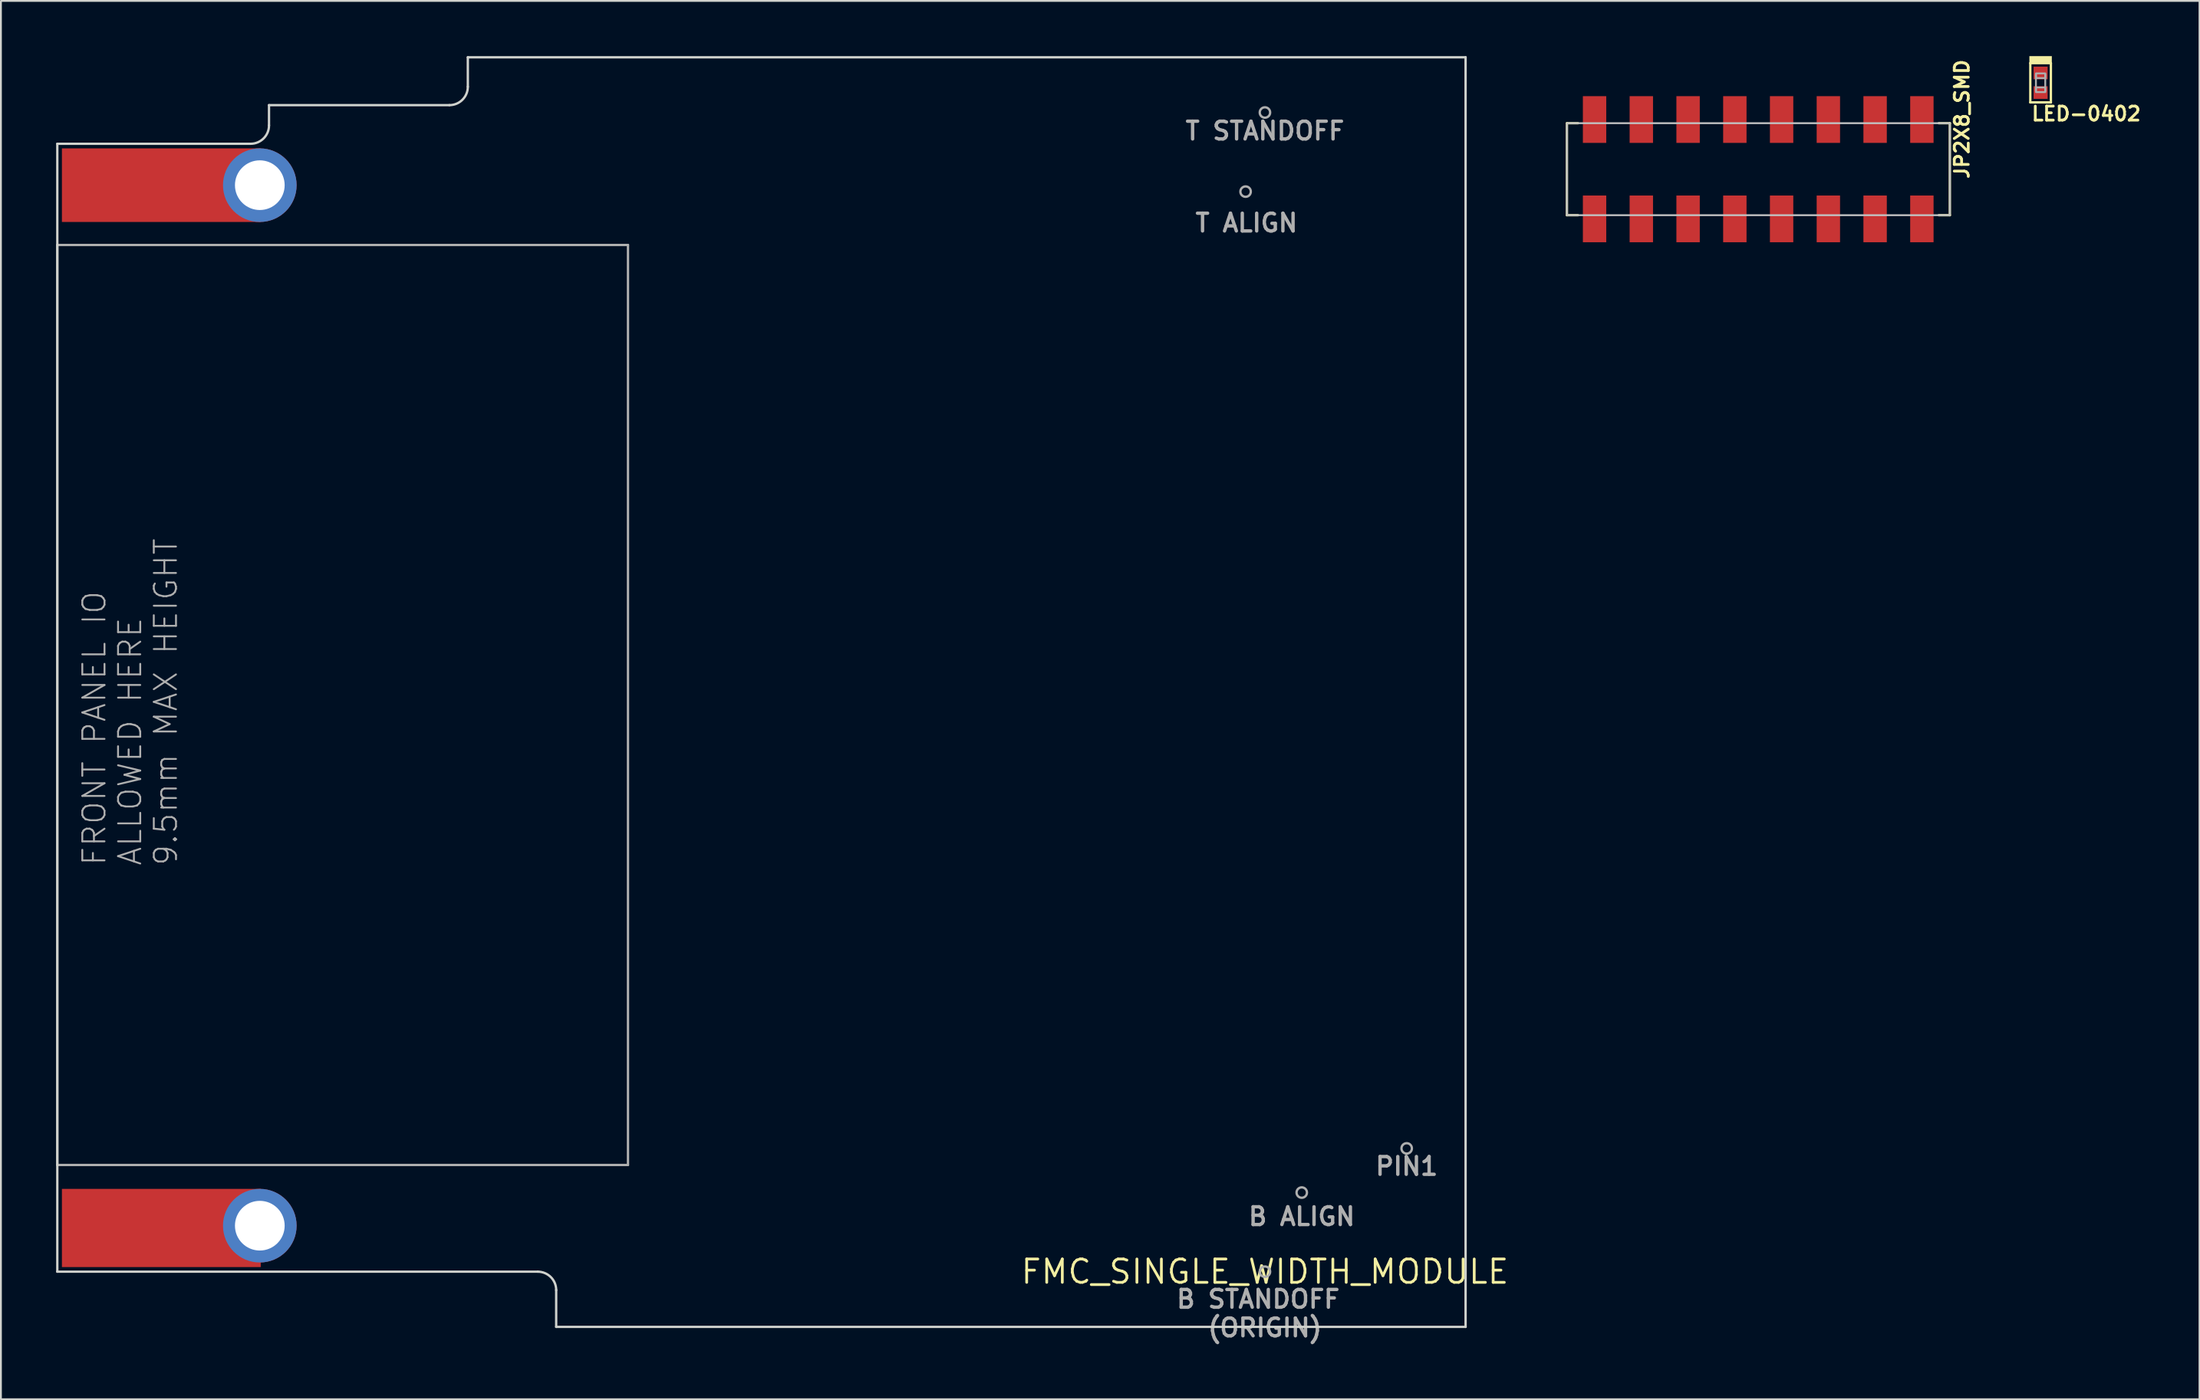
<source format=kicad_pcb>
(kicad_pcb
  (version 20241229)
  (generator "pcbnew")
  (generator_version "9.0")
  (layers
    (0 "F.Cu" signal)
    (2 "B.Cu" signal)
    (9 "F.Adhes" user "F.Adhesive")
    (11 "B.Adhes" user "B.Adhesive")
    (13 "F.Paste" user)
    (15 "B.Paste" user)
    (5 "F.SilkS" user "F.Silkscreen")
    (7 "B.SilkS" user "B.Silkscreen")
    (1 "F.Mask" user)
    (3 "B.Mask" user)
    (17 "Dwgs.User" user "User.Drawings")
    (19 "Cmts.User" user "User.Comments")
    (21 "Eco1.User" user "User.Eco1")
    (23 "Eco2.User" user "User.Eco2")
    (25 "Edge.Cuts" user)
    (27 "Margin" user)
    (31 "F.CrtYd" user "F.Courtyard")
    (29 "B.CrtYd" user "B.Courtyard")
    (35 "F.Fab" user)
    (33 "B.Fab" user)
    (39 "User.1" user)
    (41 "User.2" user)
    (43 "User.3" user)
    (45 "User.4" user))
  (footprint "JP2X8_SMD"
    (layer "F.Cu")
    (at 83.569 6.146)
    (property "Reference" "JP2X8_SMD" (at 20.4 0.6 270) (layer "F.SilkS") (effects (font (size 0.76 0.76) (thickness 0.152)) (justify left bottom)))
    (attr through_hole)
    (fp_line (start -1.5 -2.5) (end -0.9 -2.5) (stroke (width 0.127) (type solid)) (layer "F.SilkS"))
    (fp_line (start -1.5 2.5) (end -1.5 -2.5) (stroke (width 0.127) (type solid)) (layer "F.SilkS"))
    (fp_line (start -1.5 2.5) (end -0.9 2.5) (stroke (width 0.127) (type solid)) (layer "F.SilkS"))
    (fp_line (start 19.3 -2.5) (end 18.7 -2.5) (stroke (width 0.127) (type solid)) (layer "F.SilkS"))
    (fp_line (start 19.3 2.5) (end 18.7 2.5) (stroke (width 0.127) (type solid)) (layer "F.SilkS"))
    (fp_line (start 19.3 2.5) (end 19.3 -2.5) (stroke (width 0.127) (type solid)) (layer "F.SilkS"))
    (fp_poly (pts (xy -1.5 2.5) (xy 19.3 2.5) (xy 19.3 -2.5) (xy -1.5 -2.5)) (stroke (width 0.1) (type solid)) (fill no) (layer "Dwgs.User"))
    (pad "1" smd rect (at 0 2.7) (size 1.27 2.54) (layers "F.Cu" "F.Mask" "F.Paste"))
    (pad "2" smd rect (at 0 -2.7) (size 1.27 2.54) (layers "F.Cu" "F.Mask" "F.Paste"))
    (pad "3" smd rect (at 2.54 2.7) (size 1.27 2.54) (layers "F.Cu" "F.Mask" "F.Paste"))
    (pad "4" smd rect (at 2.54 -2.7) (size 1.27 2.54) (layers "F.Cu" "F.Mask" "F.Paste"))
    (pad "5" smd rect (at 5.08 2.7) (size 1.27 2.54) (layers "F.Cu" "F.Mask" "F.Paste"))
    (pad "6" smd rect (at 5.08 -2.7) (size 1.27 2.54) (layers "F.Cu" "F.Mask" "F.Paste"))
    (pad "7" smd rect (at 7.62 2.7) (size 1.27 2.54) (layers "F.Cu" "F.Mask" "F.Paste"))
    (pad "8" smd rect (at 7.62 -2.7) (size 1.27 2.54) (layers "F.Cu" "F.Mask" "F.Paste"))
    (pad "9" smd rect (at 10.16 2.7) (size 1.27 2.54) (layers "F.Cu" "F.Mask" "F.Paste"))
    (pad "10" smd rect (at 10.16 -2.7) (size 1.27 2.54) (layers "F.Cu" "F.Mask" "F.Paste"))
    (pad "11" smd rect (at 12.7 2.7) (size 1.27 2.54) (layers "F.Cu" "F.Mask" "F.Paste"))
    (pad "12" smd rect (at 12.7 -2.7) (size 1.27 2.54) (layers "F.Cu" "F.Mask" "F.Paste"))
    (pad "13" smd rect (at 15.24 2.7) (size 1.27 2.54) (layers "F.Cu" "F.Mask" "F.Paste"))
    (pad "14" smd rect (at 15.24 -2.7) (size 1.27 2.54) (layers "F.Cu" "F.Mask" "F.Paste"))
    (pad "15" smd rect (at 17.78 2.7) (size 1.27 2.54) (layers "F.Cu" "F.Mask" "F.Paste"))
    (pad "16" smd rect (at 17.78 -2.7) (size 1.27 2.54) (layers "F.Cu" "F.Mask" "F.Paste")))
  (footprint "FMC_SINGLE_WIDTH_MODULE"
    (layer "F.Cu")
    (at 65.663 66.064)
    (property "Reference" "FMC_SINGLE_WIDTH_MODULE" (at 0 0 0) (layer "F.SilkS") (effects (font (size 1.27 1.27) (thickness 0.15))))
    (attr through_hole)
    (fp_poly (pts (xy -65.35 -57.05) (xy -54.55 -57.05) (xy -54.55 -61.05) (xy -65.35 -61.05)) (stroke (width 0) (type solid)) (fill yes) (layer "F.Cu"))
    (fp_poly (pts (xy -65.35 -0.25) (xy -54.55 -0.25) (xy -54.55 -4.5) (xy -65.35 -4.5)) (stroke (width 0) (type solid)) (fill yes) (layer "F.Cu"))
    (fp_poly (pts (xy -65.35 -57.05) (xy -54.55 -57.05) (xy -54.55 -61.05) (xy -65.35 -61.05)) (stroke (width 0) (type solid)) (fill yes) (layer "F.Mask"))
    (fp_poly (pts (xy -65.35 -0.25) (xy -54.55 -0.25) (xy -54.55 -4.5) (xy -65.35 -4.5)) (stroke (width 0) (type solid)) (fill yes) (layer "F.Mask"))
    (fp_line (start -65.6 -61.3) (end -65.6 0) (stroke (width 0.127) (type solid)) (layer "Edge.Cuts"))
    (fp_line (start -65.6 0) (end -39.5 0) (stroke (width 0.127) (type solid)) (layer "Edge.Cuts"))
    (fp_line (start -55.1 -61.3) (end -65.6 -61.3) (stroke (width 0.127) (type solid)) (layer "Edge.Cuts"))
    (fp_line (start -54.1 -63.4) (end -54.1 -62.3) (stroke (width 0.127) (type solid)) (layer "Edge.Cuts"))
    (fp_line (start -44.3 -63.4) (end -54.1 -63.4) (stroke (width 0.127) (type solid)) (layer "Edge.Cuts"))
    (fp_line (start -43.3 -66) (end -43.3 -64.4) (stroke (width 0.127) (type solid)) (layer "Edge.Cuts"))
    (fp_line (start -38.5 1) (end -38.5 3) (stroke (width 0.127) (type solid)) (layer "Edge.Cuts"))
    (fp_line (start -38.5 3) (end 10.9 3) (stroke (width 0.127) (type solid)) (layer "Edge.Cuts"))
    (fp_line (start 10.9 -66) (end -43.3 -66) (stroke (width 0.127) (type solid)) (layer "Edge.Cuts"))
    (fp_line (start 10.9 3) (end 10.9 -66) (stroke (width 0.127) (type solid)) (layer "Edge.Cuts"))
    (fp_arc (start -54.1 -62.3) (mid -54.392893 -61.592893) (end -55.1 -61.3) (stroke (width 0.127) (type solid)) (layer "Edge.Cuts"))
    (fp_arc (start -43.3 -64.4) (mid -43.592893 -63.692893) (end -44.3 -63.4) (stroke (width 0.127) (type solid)) (layer "Edge.Cuts"))
    (fp_arc (start -39.5 0) (mid -38.792893 0.292893) (end -38.5 1) (stroke (width 0.127) (type solid)) (layer "Edge.Cuts"))
    (fp_line (start -65.6 -55.8) (end -34.6 -55.8) (stroke (width 0.127) (type solid)) (layer "F.Fab"))
    (fp_line (start -65.6 -5.8) (end -65.6 -55.8) (stroke (width 0.127) (type solid)) (layer "F.Fab"))
    (fp_line (start -34.6 -55.8) (end -34.6 -5.8) (stroke (width 0.127) (type solid)) (layer "F.Fab"))
    (fp_line (start -34.6 -5.8) (end -65.6 -5.8) (stroke (width 0.127) (type solid)) (layer "F.Fab"))
    (fp_circle (center -1.05 -58.7) (end -0.767 -58.7) (stroke (width 0.127) (type solid)) (fill no) (layer "F.Fab"))
    (fp_circle (center 0 -63) (end 0.283 -63) (stroke (width 0.127) (type solid)) (fill no) (layer "F.Fab"))
    (fp_circle (center 0 0) (end 0.283 0) (stroke (width 0.127) (type solid)) (fill no) (layer "F.Fab"))
    (fp_circle (center 2 -4.3) (end 2.283 -4.3) (stroke (width 0.127) (type solid)) (fill no) (layer "F.Fab"))
    (fp_circle (center 7.7 -6.7) (end 7.983 -6.7) (stroke (width 0.127) (type solid)) (fill no) (layer "F.Fab"))
    (fp_text user "PIN1" (at 7.7 -5.73 0) (layer "F.Fab") (effects (font (size 0.965 0.965) (thickness 0.183))))
    (fp_text user "T ALIGN" (at -1 -57 0) (layer "F.Fab") (effects (font (size 0.965 0.965) (thickness 0.183))))
    (fp_text user "T STANDOFF" (at 0 -62 0) (layer "F.Fab") (effects (font (size 0.965 0.965) (thickness 0.183))))
    (fp_text user "FRONT PANEL IO\nALLOWED HERE\n9.5mm MAX HEIGHT" (at -59 -22 90) (layer "F.Fab") (effects (font (size 1.206 1.206) (thickness 0.102)) (justify left bottom)))
    (fp_text user "B ALIGN" (at 2 -3 0) (layer "F.Fab") (effects (font (size 0.965 0.965) (thickness 0.183))))
    (fp_text user "B STANDOFF \n(ORIGIN)" (at 0 2.27 0) (layer "F.Fab") (effects (font (size 0.965 0.965) (thickness 0.183))))
    (pad "BEZ1" thru_hole circle (at -54.6 -59.05 180) (size 4 4) (drill 2.7) (layers "*.Cu" "*.Mask"))
    (pad "BEZ2" thru_hole circle (at -54.6 -2.5 180) (size 4 4) (drill 2.7) (layers "*.Cu" "*.Mask")))
  (footprint "LED-0402"
    (layer "F.Cu")
    (at 107.798 1.448)
    (property "Reference" "LED-0402" (at -0.57 2.13 180) (layer "F.SilkS") (effects (font (size 0.76 0.76) (thickness 0.152)) (justify left bottom)))
    (attr through_hole)
    (fp_line (start -0.559 -1.067) (end 0.559 -1.067) (stroke (width 0.127) (type solid)) (layer "F.SilkS"))
    (fp_line (start -0.559 1.067) (end -0.559 -1.067) (stroke (width 0.127) (type solid)) (layer "F.SilkS"))
    (fp_line (start 0.559 -1.067) (end 0.559 1.067) (stroke (width 0.127) (type solid)) (layer "F.SilkS"))
    (fp_line (start 0.559 1.067) (end -0.559 1.067) (stroke (width 0.127) (type solid)) (layer "F.SilkS"))
    (fp_poly (pts (xy -0.61 -1.092) (xy 0.61 -1.092) (xy 0.61 -1.448) (xy -0.61 -1.448)) (stroke (width 0) (type solid)) (fill yes) (layer "F.SilkS"))
    (fp_line (start -0.254 0.457) (end -0.254 -0.457) (stroke (width 0.102) (type solid)) (layer "F.Fab"))
    (fp_line (start 0.254 -0.457) (end 0.254 0.457) (stroke (width 0.102) (type solid)) (layer "F.Fab"))
    (fp_poly (pts (xy 0.254 -0.254) (xy 0.254 -0.508) (xy -0.254 -0.508) (xy -0.254 -0.254)) (stroke (width 0.1) (type solid)) (fill no) (layer "F.Fab"))
    (fp_poly (pts (xy 0.254 0.508) (xy 0.254 0.254) (xy -0.254 0.254) (xy -0.254 0.508)) (stroke (width 0.1) (type solid)) (fill no) (layer "F.Fab"))
    (pad "A" smd rect (at 0 0.533 90) (size 0.686 0.762) (layers "F.Cu" "F.Mask" "F.Paste"))
    (pad "C" smd rect (at 0 -0.533 90) (size 0.686 0.762) (layers "F.Cu" "F.Mask" "F.Paste")))
  (gr_rect
    (start -3 -3)
    (end 116.431 72.996)
    (stroke (width 0.1) (type default))
    (fill no)
    (layer "Edge.Cuts")))
</source>
